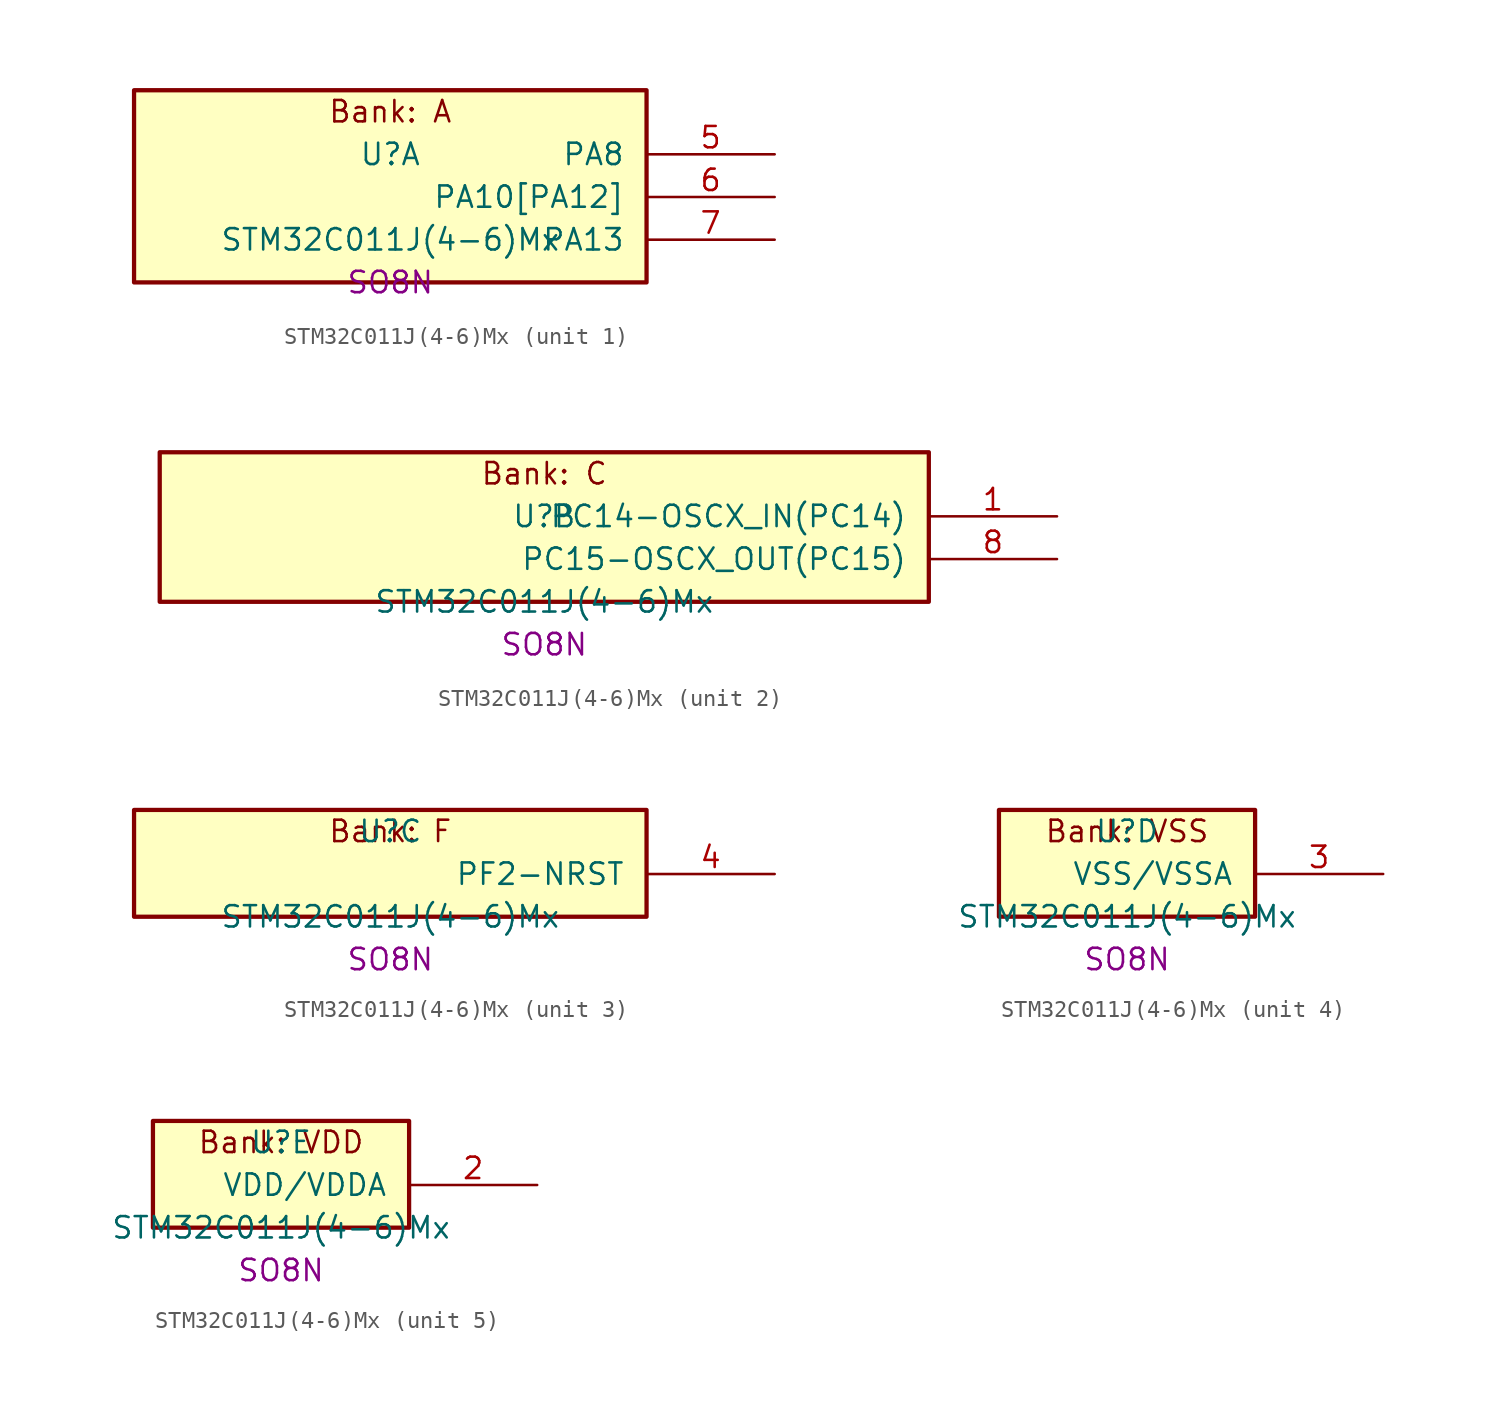
<source format=kicad_sym>
(kicad_symbol_lib
  (version 20241209)
  (generator "stm32_pkl_generator")
  (generator_version "1.0")
  (symbol "STM32C011J(4-6)Mx"
    (pin_names
      (offset 1.27))
    (property "Reference" "U"
      (at 0 2.54 0))
    (property "Value" "STM32C011J(4-6)Mx"
      (at 0 -2.54 0))
    (property "Footprint" "SO8N"
      (at 0 -5.08 0))
    (symbol "STM32C011J(4-6)Mx_1_1"
      (rectangle (start -15.24 6.35) (end 15.24 -5.08) (stroke (width 0.254) (type solid)) (fill (type background)))
      (text "Bank: A" (at 0 5.08 0))
      (pin bidirectional line (at 22.86 2.54 180) (length 7.62) (name "PA8") (number "5") (alternate "PA8/ADC1_IN8" bidirectional line) (alternate "PA8/I2S1_WS" bidirectional line) (alternate "PA8/RCC_MCO" bidirectional line) (alternate "PA8/RCC_MCO_2" bidirectional line) (alternate "PA8/SPI1_NSS" bidirectional line) (alternate "PA8/TIM14_CH1" bidirectional line) (alternate "PA8/TIM1_CH1" bidirectional line) (alternate "PA8/TIM1_CH2N" bidirectional line) (alternate "PA8/TIM1_CH3N" bidirectional line) (alternate "PA8/TIM3_CH3" bidirectional line) (alternate "PA8/TIM3_CH4" bidirectional line) (alternate "PA8/USART1_RX" bidirectional line) (alternate "PA8/USART2_TX" bidirectional line) (alternate "PA8/PA9[PA11]" bidirectional line) (alternate "PA8/I2C1_SCL" bidirectional line) (alternate "PA8/TIM1_CH2" bidirectional line) (alternate "PA8/TIM3_ETR" bidirectional line) (alternate "PA8/USART1_TX" bidirectional line) (alternate "PA8/PA11[PA9]" bidirectional line) (alternate "PA8/ADC1_EXTI11" bidirectional line) (alternate "PA8/ADC1_IN11" bidirectional line) (alternate "PA8/I2S1_MCK" bidirectional line) (alternate "PA8/SPI1_MISO" bidirectional line) (alternate "PA8/TIM1_BKIN2" bidirectional line) (alternate "PA8/TIM1_CH4" bidirectional line) (alternate "PA8/USART1_CTS" bidirectional line) (alternate "PA8/USART1_NSS" bidirectional line))
      (pin bidirectional line (at 22.86 0 180) (length 7.62) (name "PA10[PA12]") (number "6") (alternate "PA10[PA12]/I2C1_SDA" bidirectional line) (alternate "PA10[PA12]/RCC_MCO_2" bidirectional line) (alternate "PA10[PA12]/TIM17_BKIN" bidirectional line) (alternate "PA10[PA12]/TIM1_CH3" bidirectional line) (alternate "PA10[PA12]/USART1_RX" bidirectional line) (alternate "PA10[PA12]/PA12[PA10]" bidirectional line) (alternate "PA10[PA12]/ADC1_IN12" bidirectional line) (alternate "PA10[PA12]/I2S1_SD" bidirectional line) (alternate "PA10[PA12]/I2S_CKIN" bidirectional line) (alternate "PA10[PA12]/SPI1_MOSI" bidirectional line) (alternate "PA10[PA12]/TIM1_ETR" bidirectional line) (alternate "PA10[PA12]/USART1_CK" bidirectional line) (alternate "PA10[PA12]/USART1_DE" bidirectional line) (alternate "PA10[PA12]/USART1_RTS" bidirectional line))
      (pin bidirectional line (at 22.86 -2.54 180) (length 7.62) (name "PA13") (number "7") (alternate "PA13/ADC1_IN13" bidirectional line) (alternate "PA13/DEBUG_SWDIO" bidirectional line) (alternate "PA13/IR_OUT" bidirectional line) (alternate "PA13/TIM3_ETR" bidirectional line) (alternate "PA13/USART2_RX" bidirectional line)))
    (symbol "STM32C011J(4-6)Mx_2_1"
      (rectangle (start -22.86 6.35) (end 22.86 -2.54) (stroke (width 0.254) (type solid)) (fill (type background)))
      (text "Bank: C" (at 0 5.08 0))
      (pin bidirectional line (at 30.48 2.54 180) (length 7.62) (name "PC14-OSCX_IN(PC14)") (number "1") (alternate "PC14-OSCX_IN(PC14)/I2C1_SDA" bidirectional line) (alternate "PC14-OSCX_IN(PC14)/IR_OUT" bidirectional line) (alternate "PC14-OSCX_IN(PC14)/RCC_OSCX_IN" bidirectional line) (alternate "PC14-OSCX_IN(PC14)/TIM17_CH1" bidirectional line) (alternate "PC14-OSCX_IN(PC14)/TIM1_BKIN2" bidirectional line) (alternate "PC14-OSCX_IN(PC14)/TIM1_ETR" bidirectional line) (alternate "PC14-OSCX_IN(PC14)/TIM3_CH2" bidirectional line) (alternate "PC14-OSCX_IN(PC14)/USART1_TX" bidirectional line) (alternate "PC14-OSCX_IN(PC14)/USART2_CK" bidirectional line) (alternate "PC14-OSCX_IN(PC14)/USART2_DE" bidirectional line) (alternate "PC14-OSCX_IN(PC14)/USART2_RTS" bidirectional line) (alternate "PC14-OSCX_IN(PC14)/PB7" bidirectional line) (alternate "PC14-OSCX_IN(PC14)/I2C1_SCL" bidirectional line) (alternate "PC14-OSCX_IN(PC14)/RTC_REFIN" bidirectional line) (alternate "PC14-OSCX_IN(PC14)/TIM16_CH1" bidirectional line) (alternate "PC14-OSCX_IN(PC14)/TIM17_CH1N" bidirectional line) (alternate "PC14-OSCX_IN(PC14)/TIM1_CH4" bidirectional line) (alternate "PC14-OSCX_IN(PC14)/TIM3_CH1" bidirectional line) (alternate "PC14-OSCX_IN(PC14)/TIM3_CH4" bidirectional line) (alternate "PC14-OSCX_IN(PC14)/USART1_RX" bidirectional line) (alternate "PC14-OSCX_IN(PC14)/USART2_CTS" bidirectional line) (alternate "PC14-OSCX_IN(PC14)/USART2_NSS" bidirectional line))
      (pin bidirectional line (at 30.48 0 180) (length 7.62) (name "PC15-OSCX_OUT(PC15)") (number "8") (alternate "PC15-OSCX_OUT(PC15)/RCC_OSC32_EN" bidirectional line) (alternate "PC15-OSCX_OUT(PC15)/RCC_OSCX_OUT" bidirectional line) (alternate "PC15-OSCX_OUT(PC15)/RCC_OSC_EN" bidirectional line) (alternate "PC15-OSCX_OUT(PC15)/TIM1_ETR" bidirectional line) (alternate "PC15-OSCX_OUT(PC15)/TIM3_CH3" bidirectional line) (alternate "PC15-OSCX_OUT(PC15)/PA14-BOOT0" bidirectional line) (alternate "PC15-OSCX_OUT(PC15)/ADC1_IN14" bidirectional line) (alternate "PC15-OSCX_OUT(PC15)/DEBUG_SWCLK" bidirectional line) (alternate "PC15-OSCX_OUT(PC15)/I2S1_WS" bidirectional line) (alternate "PC15-OSCX_OUT(PC15)/RCC_MCO_2" bidirectional line) (alternate "PC15-OSCX_OUT(PC15)/SPI1_NSS" bidirectional line) (alternate "PC15-OSCX_OUT(PC15)/TIM1_CH1" bidirectional line) (alternate "PC15-OSCX_OUT(PC15)/USART1_CK" bidirectional line) (alternate "PC15-OSCX_OUT(PC15)/USART1_DE" bidirectional line) (alternate "PC15-OSCX_OUT(PC15)/USART1_RTS" bidirectional line) (alternate "PC15-OSCX_OUT(PC15)/USART2_RX" bidirectional line) (alternate "PC15-OSCX_OUT(PC15)/USART2_TX" bidirectional line) (alternate "PC15-OSCX_OUT(PC15)/PB6" bidirectional line) (alternate "PC15-OSCX_OUT(PC15)/I2C1_SCL" bidirectional line) (alternate "PC15-OSCX_OUT(PC15)/I2C1_SMBA" bidirectional line) (alternate "PC15-OSCX_OUT(PC15)/I2S1_CK" bidirectional line) (alternate "PC15-OSCX_OUT(PC15)/I2S1_MCK" bidirectional line) (alternate "PC15-OSCX_OUT(PC15)/I2S1_SD" bidirectional line) (alternate "PC15-OSCX_OUT(PC15)/PWR_WKUP3" bidirectional line) (alternate "PC15-OSCX_OUT(PC15)/SPI1_MISO" bidirectional line) (alternate "PC15-OSCX_OUT(PC15)/SPI1_MOSI" bidirectional line) (alternate "PC15-OSCX_OUT(PC15)/SPI1_SCK" bidirectional line) (alternate "PC15-OSCX_OUT(PC15)/TIM16_BKIN" bidirectional line) (alternate "PC15-OSCX_OUT(PC15)/TIM16_CH1N" bidirectional line) (alternate "PC15-OSCX_OUT(PC15)/TIM17_BKIN" bidirectional line) (alternate "PC15-OSCX_OUT(PC15)/TIM1_CH2" bidirectional line) (alternate "PC15-OSCX_OUT(PC15)/TIM1_CH3" bidirectional line) (alternate "PC15-OSCX_OUT(PC15)/TIM3_CH1" bidirectional line) (alternate "PC15-OSCX_OUT(PC15)/TIM3_CH2" bidirectional line) (alternate "PC15-OSCX_OUT(PC15)/USART1_CTS" bidirectional line) (alternate "PC15-OSCX_OUT(PC15)/USART1_NSS" bidirectional line) (alternate "PC15-OSCX_OUT(PC15)/USART1_TX" bidirectional line)))
    (symbol "STM32C011J(4-6)Mx_3_1"
      (rectangle (start -15.24 3.81) (end 15.24 -2.54) (stroke (width 0.254) (type solid)) (fill (type background)))
      (text "Bank: F" (at 0 2.54 0))
      (pin bidirectional line (at 22.86 0 180) (length 7.62) (name "PF2-NRST") (number "4") (alternate "PF2-NRST/RCC_MCO" bidirectional line) (alternate "PF2-NRST/TIM1_CH4" bidirectional line) (alternate "PF2-NRST/PA0" bidirectional line) (alternate "PF2-NRST/ADC1_IN0" bidirectional line) (alternate "PF2-NRST/PWR_WKUP1" bidirectional line) (alternate "PF2-NRST/TIM16_CH1" bidirectional line) (alternate "PF2-NRST/TIM1_CH1" bidirectional line) (alternate "PF2-NRST/USART1_TX" bidirectional line) (alternate "PF2-NRST/USART2_CTS" bidirectional line) (alternate "PF2-NRST/USART2_NSS" bidirectional line) (alternate "PF2-NRST/PA1" bidirectional line) (alternate "PF2-NRST/ADC1_IN1" bidirectional line) (alternate "PF2-NRST/I2C1_SMBA" bidirectional line) (alternate "PF2-NRST/I2S1_CK" bidirectional line) (alternate "PF2-NRST/SPI1_SCK" bidirectional line) (alternate "PF2-NRST/TIM17_CH1" bidirectional line) (alternate "PF2-NRST/TIM1_CH2" bidirectional line) (alternate "PF2-NRST/USART1_RX" bidirectional line) (alternate "PF2-NRST/USART2_CK" bidirectional line) (alternate "PF2-NRST/USART2_DE" bidirectional line) (alternate "PF2-NRST/USART2_RTS" bidirectional line) (alternate "PF2-NRST/PA2" bidirectional line) (alternate "PF2-NRST/ADC1_IN2" bidirectional line) (alternate "PF2-NRST/I2S1_SD" bidirectional line) (alternate "PF2-NRST/PWR_WKUP4" bidirectional line) (alternate "PF2-NRST/RCC_LSCO" bidirectional line) (alternate "PF2-NRST/SPI1_MOSI" bidirectional line) (alternate "PF2-NRST/TIM16_CH1N" bidirectional line) (alternate "PF2-NRST/TIM1_CH3" bidirectional line) (alternate "PF2-NRST/TIM3_ETR" bidirectional line) (alternate "PF2-NRST/USART2_TX" bidirectional line)))
    (symbol "STM32C011J(4-6)Mx_4_1"
      (rectangle (start -7.62 3.81) (end 7.62 -2.54) (stroke (width 0.254) (type solid)) (fill (type background)))
      (text "Bank: VSS" (at 0 2.54 0))
      (pin power_in line (at 15.24 0 180) (length 7.62) (name "VSS/VSSA") (number "3")))
    (symbol "STM32C011J(4-6)Mx_5_1"
      (rectangle (start -7.62 3.81) (end 7.62 -2.54) (stroke (width 0.254) (type solid)) (fill (type background)))
      (text "Bank: VDD" (at 0 2.54 0))
      (pin power_in line (at 15.24 0 180) (length 7.62) (name "VDD/VDDA") (number "2")))))
</source>
